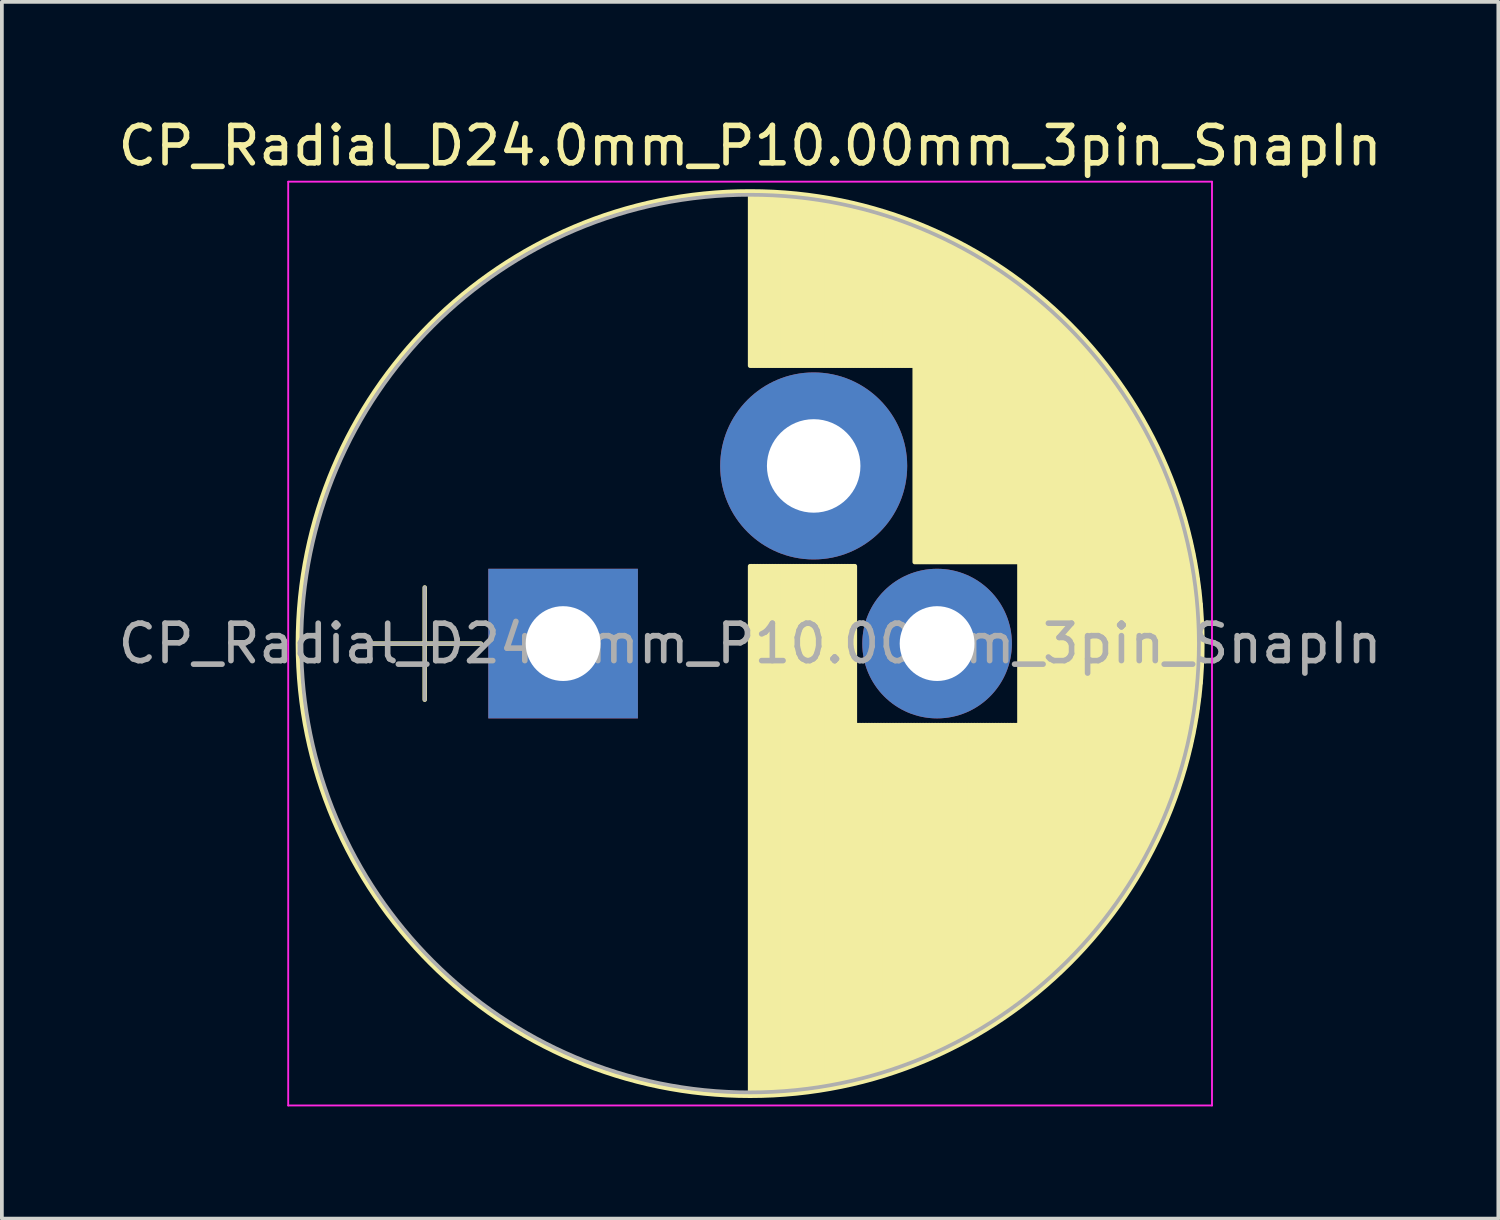
<source format=kicad_pcb>
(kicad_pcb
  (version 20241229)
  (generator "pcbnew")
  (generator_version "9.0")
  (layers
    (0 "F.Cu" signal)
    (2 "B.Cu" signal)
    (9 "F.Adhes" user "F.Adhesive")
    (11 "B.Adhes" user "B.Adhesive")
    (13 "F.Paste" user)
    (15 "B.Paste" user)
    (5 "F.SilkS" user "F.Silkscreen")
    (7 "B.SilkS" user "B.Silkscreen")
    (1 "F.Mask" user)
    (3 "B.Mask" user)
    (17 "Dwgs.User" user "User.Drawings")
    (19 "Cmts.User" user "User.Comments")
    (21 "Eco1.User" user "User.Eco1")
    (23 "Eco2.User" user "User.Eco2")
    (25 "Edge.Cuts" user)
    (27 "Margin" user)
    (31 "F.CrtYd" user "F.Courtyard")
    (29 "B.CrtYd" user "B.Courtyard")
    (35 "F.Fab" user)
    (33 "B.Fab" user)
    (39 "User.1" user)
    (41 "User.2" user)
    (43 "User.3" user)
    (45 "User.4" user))
  (footprint "CP_Radial_D24.0mm_P10.00mm_3pin_SnapIn"
    (layer "F.Cu")
    (at 12.006 14.158)
    (property "Reference" "CP_Radial_D24.0mm_P10.00mm_3pin_SnapIn" (at 5 -13.31 0) (layer "F.SilkS") (effects (font (size 1 1) (thickness 0.15))))
    (attr through_hole)
    (fp_line (start -5.2 0) (end -2.2 0) (stroke (width 0.12) (type solid)) (layer "F.SilkS"))
    (fp_line (start -3.7 -1.5) (end -3.7 1.5) (stroke (width 0.12) (type solid)) (layer "F.SilkS"))
    (fp_line (start 5 -12.05) (end 5 -7.43) (stroke (width 0.12) (type solid)) (layer "F.SilkS"))
    (fp_line (start 5 -2.07) (end 5 12.05) (stroke (width 0.12) (type solid)) (layer "F.SilkS"))
    (fp_line (start 5.04 -12.05) (end 5.04 -7.43) (stroke (width 0.12) (type solid)) (layer "F.SilkS"))
    (fp_line (start 5.04 -2.07) (end 5.04 12.05) (stroke (width 0.12) (type solid)) (layer "F.SilkS"))
    (fp_line (start 5.08 -12.05) (end 5.08 -7.43) (stroke (width 0.12) (type solid)) (layer "F.SilkS"))
    (fp_line (start 5.08 -2.07) (end 5.08 12.05) (stroke (width 0.12) (type solid)) (layer "F.SilkS"))
    (fp_line (start 5.12 -12.05) (end 5.12 -7.43) (stroke (width 0.12) (type solid)) (layer "F.SilkS"))
    (fp_line (start 5.12 -2.07) (end 5.12 12.05) (stroke (width 0.12) (type solid)) (layer "F.SilkS"))
    (fp_line (start 5.16 -12.049) (end 5.16 -7.43) (stroke (width 0.12) (type solid)) (layer "F.SilkS"))
    (fp_line (start 5.16 -2.07) (end 5.16 12.049) (stroke (width 0.12) (type solid)) (layer "F.SilkS"))
    (fp_line (start 5.2 -12.049) (end 5.2 -7.43) (stroke (width 0.12) (type solid)) (layer "F.SilkS"))
    (fp_line (start 5.2 -2.07) (end 5.2 12.049) (stroke (width 0.12) (type solid)) (layer "F.SilkS"))
    (fp_line (start 5.24 -12.048) (end 5.24 -7.43) (stroke (width 0.12) (type solid)) (layer "F.SilkS"))
    (fp_line (start 5.24 -2.07) (end 5.24 12.048) (stroke (width 0.12) (type solid)) (layer "F.SilkS"))
    (fp_line (start 5.28 -12.047) (end 5.28 -7.43) (stroke (width 0.12) (type solid)) (layer "F.SilkS"))
    (fp_line (start 5.28 -2.07) (end 5.28 12.047) (stroke (width 0.12) (type solid)) (layer "F.SilkS"))
    (fp_line (start 5.32 -12.046) (end 5.32 -7.43) (stroke (width 0.12) (type solid)) (layer "F.SilkS"))
    (fp_line (start 5.32 -2.07) (end 5.32 12.046) (stroke (width 0.12) (type solid)) (layer "F.SilkS"))
    (fp_line (start 5.36 -12.045) (end 5.36 -7.43) (stroke (width 0.12) (type solid)) (layer "F.SilkS"))
    (fp_line (start 5.36 -2.07) (end 5.36 12.045) (stroke (width 0.12) (type solid)) (layer "F.SilkS"))
    (fp_line (start 5.4 -12.044) (end 5.4 -7.43) (stroke (width 0.12) (type solid)) (layer "F.SilkS"))
    (fp_line (start 5.4 -2.07) (end 5.4 12.044) (stroke (width 0.12) (type solid)) (layer "F.SilkS"))
    (fp_line (start 5.44 -12.042) (end 5.44 -7.43) (stroke (width 0.12) (type solid)) (layer "F.SilkS"))
    (fp_line (start 5.44 -2.07) (end 5.44 12.042) (stroke (width 0.12) (type solid)) (layer "F.SilkS"))
    (fp_line (start 5.48 -12.041) (end 5.48 -7.43) (stroke (width 0.12) (type solid)) (layer "F.SilkS"))
    (fp_line (start 5.48 -2.07) (end 5.48 12.041) (stroke (width 0.12) (type solid)) (layer "F.SilkS"))
    (fp_line (start 5.52 -12.039) (end 5.52 -7.43) (stroke (width 0.12) (type solid)) (layer "F.SilkS"))
    (fp_line (start 5.52 -2.07) (end 5.52 12.039) (stroke (width 0.12) (type solid)) (layer "F.SilkS"))
    (fp_line (start 5.56 -12.038) (end 5.56 -7.43) (stroke (width 0.12) (type solid)) (layer "F.SilkS"))
    (fp_line (start 5.56 -2.07) (end 5.56 12.038) (stroke (width 0.12) (type solid)) (layer "F.SilkS"))
    (fp_line (start 5.6 -12.036) (end 5.6 -7.43) (stroke (width 0.12) (type solid)) (layer "F.SilkS"))
    (fp_line (start 5.6 -2.07) (end 5.6 12.036) (stroke (width 0.12) (type solid)) (layer "F.SilkS"))
    (fp_line (start 5.64 -12.034) (end 5.64 -7.43) (stroke (width 0.12) (type solid)) (layer "F.SilkS"))
    (fp_line (start 5.64 -2.07) (end 5.64 12.034) (stroke (width 0.12) (type solid)) (layer "F.SilkS"))
    (fp_line (start 5.68 -12.031) (end 5.68 -7.43) (stroke (width 0.12) (type solid)) (layer "F.SilkS"))
    (fp_line (start 5.68 -2.07) (end 5.68 12.031) (stroke (width 0.12) (type solid)) (layer "F.SilkS"))
    (fp_line (start 5.721 -12.029) (end 5.721 -7.43) (stroke (width 0.12) (type solid)) (layer "F.SilkS"))
    (fp_line (start 5.721 -2.07) (end 5.721 12.029) (stroke (width 0.12) (type solid)) (layer "F.SilkS"))
    (fp_line (start 5.761 -12.027) (end 5.761 -7.43) (stroke (width 0.12) (type solid)) (layer "F.SilkS"))
    (fp_line (start 5.761 -2.07) (end 5.761 12.027) (stroke (width 0.12) (type solid)) (layer "F.SilkS"))
    (fp_line (start 5.801 -12.024) (end 5.801 -7.43) (stroke (width 0.12) (type solid)) (layer "F.SilkS"))
    (fp_line (start 5.801 -2.07) (end 5.801 12.024) (stroke (width 0.12) (type solid)) (layer "F.SilkS"))
    (fp_line (start 5.841 -12.021) (end 5.841 -7.43) (stroke (width 0.12) (type solid)) (layer "F.SilkS"))
    (fp_line (start 5.841 -2.07) (end 5.841 12.021) (stroke (width 0.12) (type solid)) (layer "F.SilkS"))
    (fp_line (start 5.881 -12.018) (end 5.881 -7.43) (stroke (width 0.12) (type solid)) (layer "F.SilkS"))
    (fp_line (start 5.881 -2.07) (end 5.881 12.018) (stroke (width 0.12) (type solid)) (layer "F.SilkS"))
    (fp_line (start 5.921 -12.015) (end 5.921 -7.43) (stroke (width 0.12) (type solid)) (layer "F.SilkS"))
    (fp_line (start 5.921 -2.07) (end 5.921 12.015) (stroke (width 0.12) (type solid)) (layer "F.SilkS"))
    (fp_line (start 5.961 -12.012) (end 5.961 -7.43) (stroke (width 0.12) (type solid)) (layer "F.SilkS"))
    (fp_line (start 5.961 -2.07) (end 5.961 12.012) (stroke (width 0.12) (type solid)) (layer "F.SilkS"))
    (fp_line (start 6.001 -12.009) (end 6.001 -7.43) (stroke (width 0.12) (type solid)) (layer "F.SilkS"))
    (fp_line (start 6.001 -2.07) (end 6.001 12.009) (stroke (width 0.12) (type solid)) (layer "F.SilkS"))
    (fp_line (start 6.041 -12.006) (end 6.041 -7.43) (stroke (width 0.12) (type solid)) (layer "F.SilkS"))
    (fp_line (start 6.041 -2.07) (end 6.041 12.006) (stroke (width 0.12) (type solid)) (layer "F.SilkS"))
    (fp_line (start 6.081 -12.002) (end 6.081 -7.43) (stroke (width 0.12) (type solid)) (layer "F.SilkS"))
    (fp_line (start 6.081 -2.07) (end 6.081 12.002) (stroke (width 0.12) (type solid)) (layer "F.SilkS"))
    (fp_line (start 6.121 -11.999) (end 6.121 -7.43) (stroke (width 0.12) (type solid)) (layer "F.SilkS"))
    (fp_line (start 6.121 -2.07) (end 6.121 11.999) (stroke (width 0.12) (type solid)) (layer "F.SilkS"))
    (fp_line (start 6.161 -11.995) (end 6.161 -7.43) (stroke (width 0.12) (type solid)) (layer "F.SilkS"))
    (fp_line (start 6.161 -2.07) (end 6.161 11.995) (stroke (width 0.12) (type solid)) (layer "F.SilkS"))
    (fp_line (start 6.201 -11.991) (end 6.201 -7.43) (stroke (width 0.12) (type solid)) (layer "F.SilkS"))
    (fp_line (start 6.201 -2.07) (end 6.201 11.991) (stroke (width 0.12) (type solid)) (layer "F.SilkS"))
    (fp_line (start 6.241 -11.987) (end 6.241 -7.43) (stroke (width 0.12) (type solid)) (layer "F.SilkS"))
    (fp_line (start 6.241 -2.07) (end 6.241 11.987) (stroke (width 0.12) (type solid)) (layer "F.SilkS"))
    (fp_line (start 6.281 -11.983) (end 6.281 -7.43) (stroke (width 0.12) (type solid)) (layer "F.SilkS"))
    (fp_line (start 6.281 -2.07) (end 6.281 11.983) (stroke (width 0.12) (type solid)) (layer "F.SilkS"))
    (fp_line (start 6.321 -11.978) (end 6.321 -7.43) (stroke (width 0.12) (type solid)) (layer "F.SilkS"))
    (fp_line (start 6.321 -2.07) (end 6.321 11.978) (stroke (width 0.12) (type solid)) (layer "F.SilkS"))
    (fp_line (start 6.361 -11.974) (end 6.361 -7.43) (stroke (width 0.12) (type solid)) (layer "F.SilkS"))
    (fp_line (start 6.361 -2.07) (end 6.361 11.974) (stroke (width 0.12) (type solid)) (layer "F.SilkS"))
    (fp_line (start 6.401 -11.969) (end 6.401 -7.43) (stroke (width 0.12) (type solid)) (layer "F.SilkS"))
    (fp_line (start 6.401 -2.07) (end 6.401 11.969) (stroke (width 0.12) (type solid)) (layer "F.SilkS"))
    (fp_line (start 6.441 -11.964) (end 6.441 -7.43) (stroke (width 0.12) (type solid)) (layer "F.SilkS"))
    (fp_line (start 6.441 -2.07) (end 6.441 11.964) (stroke (width 0.12) (type solid)) (layer "F.SilkS"))
    (fp_line (start 6.481 -11.96) (end 6.481 -7.43) (stroke (width 0.12) (type solid)) (layer "F.SilkS"))
    (fp_line (start 6.481 -2.07) (end 6.481 11.96) (stroke (width 0.12) (type solid)) (layer "F.SilkS"))
    (fp_line (start 6.521 -11.955) (end 6.521 -7.43) (stroke (width 0.12) (type solid)) (layer "F.SilkS"))
    (fp_line (start 6.521 -2.07) (end 6.521 11.955) (stroke (width 0.12) (type solid)) (layer "F.SilkS"))
    (fp_line (start 6.561 -11.949) (end 6.561 -7.43) (stroke (width 0.12) (type solid)) (layer "F.SilkS"))
    (fp_line (start 6.561 -2.07) (end 6.561 11.949) (stroke (width 0.12) (type solid)) (layer "F.SilkS"))
    (fp_line (start 6.601 -11.944) (end 6.601 -7.43) (stroke (width 0.12) (type solid)) (layer "F.SilkS"))
    (fp_line (start 6.601 -2.07) (end 6.601 11.944) (stroke (width 0.12) (type solid)) (layer "F.SilkS"))
    (fp_line (start 6.641 -11.939) (end 6.641 -7.43) (stroke (width 0.12) (type solid)) (layer "F.SilkS"))
    (fp_line (start 6.641 -2.07) (end 6.641 11.939) (stroke (width 0.12) (type solid)) (layer "F.SilkS"))
    (fp_line (start 6.681 -11.933) (end 6.681 -7.43) (stroke (width 0.12) (type solid)) (layer "F.SilkS"))
    (fp_line (start 6.681 -2.07) (end 6.681 11.933) (stroke (width 0.12) (type solid)) (layer "F.SilkS"))
    (fp_line (start 6.721 -11.928) (end 6.721 -7.43) (stroke (width 0.12) (type solid)) (layer "F.SilkS"))
    (fp_line (start 6.721 -2.07) (end 6.721 11.928) (stroke (width 0.12) (type solid)) (layer "F.SilkS"))
    (fp_line (start 6.761 -11.922) (end 6.761 -7.43) (stroke (width 0.12) (type solid)) (layer "F.SilkS"))
    (fp_line (start 6.761 -2.07) (end 6.761 11.922) (stroke (width 0.12) (type solid)) (layer "F.SilkS"))
    (fp_line (start 6.801 -11.916) (end 6.801 -7.43) (stroke (width 0.12) (type solid)) (layer "F.SilkS"))
    (fp_line (start 6.801 -2.07) (end 6.801 11.916) (stroke (width 0.12) (type solid)) (layer "F.SilkS"))
    (fp_line (start 6.841 -11.91) (end 6.841 -7.43) (stroke (width 0.12) (type solid)) (layer "F.SilkS"))
    (fp_line (start 6.841 -2.07) (end 6.841 11.91) (stroke (width 0.12) (type solid)) (layer "F.SilkS"))
    (fp_line (start 6.881 -11.903) (end 6.881 -7.43) (stroke (width 0.12) (type solid)) (layer "F.SilkS"))
    (fp_line (start 6.881 -2.07) (end 6.881 11.903) (stroke (width 0.12) (type solid)) (layer "F.SilkS"))
    (fp_line (start 6.921 -11.897) (end 6.921 -7.43) (stroke (width 0.12) (type solid)) (layer "F.SilkS"))
    (fp_line (start 6.921 -2.07) (end 6.921 11.897) (stroke (width 0.12) (type solid)) (layer "F.SilkS"))
    (fp_line (start 6.961 -11.891) (end 6.961 -7.43) (stroke (width 0.12) (type solid)) (layer "F.SilkS"))
    (fp_line (start 6.961 -2.07) (end 6.961 11.891) (stroke (width 0.12) (type solid)) (layer "F.SilkS"))
    (fp_line (start 7.001 -11.884) (end 7.001 -7.43) (stroke (width 0.12) (type solid)) (layer "F.SilkS"))
    (fp_line (start 7.001 -2.07) (end 7.001 11.884) (stroke (width 0.12) (type solid)) (layer "F.SilkS"))
    (fp_line (start 7.041 -11.877) (end 7.041 -7.43) (stroke (width 0.12) (type solid)) (layer "F.SilkS"))
    (fp_line (start 7.041 -2.07) (end 7.041 11.877) (stroke (width 0.12) (type solid)) (layer "F.SilkS"))
    (fp_line (start 7.081 -11.87) (end 7.081 -7.43) (stroke (width 0.12) (type solid)) (layer "F.SilkS"))
    (fp_line (start 7.081 -2.07) (end 7.081 11.87) (stroke (width 0.12) (type solid)) (layer "F.SilkS"))
    (fp_line (start 7.121 -11.863) (end 7.121 -7.43) (stroke (width 0.12) (type solid)) (layer "F.SilkS"))
    (fp_line (start 7.121 -2.07) (end 7.121 11.863) (stroke (width 0.12) (type solid)) (layer "F.SilkS"))
    (fp_line (start 7.161 -11.856) (end 7.161 -7.43) (stroke (width 0.12) (type solid)) (layer "F.SilkS"))
    (fp_line (start 7.161 -2.07) (end 7.161 11.856) (stroke (width 0.12) (type solid)) (layer "F.SilkS"))
    (fp_line (start 7.201 -11.849) (end 7.201 -7.43) (stroke (width 0.12) (type solid)) (layer "F.SilkS"))
    (fp_line (start 7.201 -2.07) (end 7.201 11.849) (stroke (width 0.12) (type solid)) (layer "F.SilkS"))
    (fp_line (start 7.241 -11.841) (end 7.241 -7.43) (stroke (width 0.12) (type solid)) (layer "F.SilkS"))
    (fp_line (start 7.241 -2.07) (end 7.241 11.841) (stroke (width 0.12) (type solid)) (layer "F.SilkS"))
    (fp_line (start 7.281 -11.834) (end 7.281 -7.43) (stroke (width 0.12) (type solid)) (layer "F.SilkS"))
    (fp_line (start 7.281 -2.07) (end 7.281 11.834) (stroke (width 0.12) (type solid)) (layer "F.SilkS"))
    (fp_line (start 7.321 -11.826) (end 7.321 -7.43) (stroke (width 0.12) (type solid)) (layer "F.SilkS"))
    (fp_line (start 7.321 -2.07) (end 7.321 11.826) (stroke (width 0.12) (type solid)) (layer "F.SilkS"))
    (fp_line (start 7.361 -11.818) (end 7.361 -7.43) (stroke (width 0.12) (type solid)) (layer "F.SilkS"))
    (fp_line (start 7.361 -2.07) (end 7.361 11.818) (stroke (width 0.12) (type solid)) (layer "F.SilkS"))
    (fp_line (start 7.401 -11.81) (end 7.401 -7.43) (stroke (width 0.12) (type solid)) (layer "F.SilkS"))
    (fp_line (start 7.401 -2.07) (end 7.401 11.81) (stroke (width 0.12) (type solid)) (layer "F.SilkS"))
    (fp_line (start 7.441 -11.802) (end 7.441 -7.43) (stroke (width 0.12) (type solid)) (layer "F.SilkS"))
    (fp_line (start 7.441 -2.07) (end 7.441 11.802) (stroke (width 0.12) (type solid)) (layer "F.SilkS"))
    (fp_line (start 7.481 -11.793) (end 7.481 -7.43) (stroke (width 0.12) (type solid)) (layer "F.SilkS"))
    (fp_line (start 7.481 -2.07) (end 7.481 11.793) (stroke (width 0.12) (type solid)) (layer "F.SilkS"))
    (fp_line (start 7.521 -11.785) (end 7.521 -7.43) (stroke (width 0.12) (type solid)) (layer "F.SilkS"))
    (fp_line (start 7.521 -2.07) (end 7.521 11.785) (stroke (width 0.12) (type solid)) (layer "F.SilkS"))
    (fp_line (start 7.561 -11.776) (end 7.561 -7.43) (stroke (width 0.12) (type solid)) (layer "F.SilkS"))
    (fp_line (start 7.561 -2.07) (end 7.561 11.776) (stroke (width 0.12) (type solid)) (layer "F.SilkS"))
    (fp_line (start 7.601 -11.768) (end 7.601 -7.43) (stroke (width 0.12) (type solid)) (layer "F.SilkS"))
    (fp_line (start 7.601 -2.07) (end 7.601 11.768) (stroke (width 0.12) (type solid)) (layer "F.SilkS"))
    (fp_line (start 7.641 -11.759) (end 7.641 -7.43) (stroke (width 0.12) (type solid)) (layer "F.SilkS"))
    (fp_line (start 7.641 -2.07) (end 7.641 11.759) (stroke (width 0.12) (type solid)) (layer "F.SilkS"))
    (fp_line (start 7.681 -11.75) (end 7.681 -7.43) (stroke (width 0.12) (type solid)) (layer "F.SilkS"))
    (fp_line (start 7.681 -2.07) (end 7.681 11.75) (stroke (width 0.12) (type solid)) (layer "F.SilkS"))
    (fp_line (start 7.721 -11.741) (end 7.721 -7.43) (stroke (width 0.12) (type solid)) (layer "F.SilkS"))
    (fp_line (start 7.721 -2.07) (end 7.721 11.741) (stroke (width 0.12) (type solid)) (layer "F.SilkS"))
    (fp_line (start 7.761 -11.731) (end 7.761 -7.43) (stroke (width 0.12) (type solid)) (layer "F.SilkS"))
    (fp_line (start 7.761 -2.07) (end 7.761 11.731) (stroke (width 0.12) (type solid)) (layer "F.SilkS"))
    (fp_line (start 7.801 -11.722) (end 7.801 -7.43) (stroke (width 0.12) (type solid)) (layer "F.SilkS"))
    (fp_line (start 7.801 -2.07) (end 7.801 11.722) (stroke (width 0.12) (type solid)) (layer "F.SilkS"))
    (fp_line (start 7.841 -11.712) (end 7.841 -7.43) (stroke (width 0.12) (type solid)) (layer "F.SilkS"))
    (fp_line (start 7.841 2.18) (end 7.841 11.712) (stroke (width 0.12) (type solid)) (layer "F.SilkS"))
    (fp_line (start 7.881 -11.702) (end 7.881 -7.43) (stroke (width 0.12) (type solid)) (layer "F.SilkS"))
    (fp_line (start 7.881 2.18) (end 7.881 11.702) (stroke (width 0.12) (type solid)) (layer "F.SilkS"))
    (fp_line (start 7.921 -11.693) (end 7.921 -7.43) (stroke (width 0.12) (type solid)) (layer "F.SilkS"))
    (fp_line (start 7.921 2.18) (end 7.921 11.693) (stroke (width 0.12) (type solid)) (layer "F.SilkS"))
    (fp_line (start 7.961 -11.683) (end 7.961 -7.43) (stroke (width 0.12) (type solid)) (layer "F.SilkS"))
    (fp_line (start 7.961 2.18) (end 7.961 11.683) (stroke (width 0.12) (type solid)) (layer "F.SilkS"))
    (fp_line (start 8.001 -11.672) (end 8.001 -7.43) (stroke (width 0.12) (type solid)) (layer "F.SilkS"))
    (fp_line (start 8.001 2.18) (end 8.001 11.672) (stroke (width 0.12) (type solid)) (layer "F.SilkS"))
    (fp_line (start 8.041 -11.662) (end 8.041 -7.43) (stroke (width 0.12) (type solid)) (layer "F.SilkS"))
    (fp_line (start 8.041 2.18) (end 8.041 11.662) (stroke (width 0.12) (type solid)) (layer "F.SilkS"))
    (fp_line (start 8.081 -11.652) (end 8.081 -7.43) (stroke (width 0.12) (type solid)) (layer "F.SilkS"))
    (fp_line (start 8.081 2.18) (end 8.081 11.652) (stroke (width 0.12) (type solid)) (layer "F.SilkS"))
    (fp_line (start 8.121 -11.641) (end 8.121 -7.43) (stroke (width 0.12) (type solid)) (layer "F.SilkS"))
    (fp_line (start 8.121 2.18) (end 8.121 11.641) (stroke (width 0.12) (type solid)) (layer "F.SilkS"))
    (fp_line (start 8.161 -11.63) (end 8.161 -7.43) (stroke (width 0.12) (type solid)) (layer "F.SilkS"))
    (fp_line (start 8.161 2.18) (end 8.161 11.63) (stroke (width 0.12) (type solid)) (layer "F.SilkS"))
    (fp_line (start 8.201 -11.619) (end 8.201 -7.43) (stroke (width 0.12) (type solid)) (layer "F.SilkS"))
    (fp_line (start 8.201 2.18) (end 8.201 11.619) (stroke (width 0.12) (type solid)) (layer "F.SilkS"))
    (fp_line (start 8.241 -11.608) (end 8.241 -7.43) (stroke (width 0.12) (type solid)) (layer "F.SilkS"))
    (fp_line (start 8.241 2.18) (end 8.241 11.608) (stroke (width 0.12) (type solid)) (layer "F.SilkS"))
    (fp_line (start 8.281 -11.597) (end 8.281 -7.43) (stroke (width 0.12) (type solid)) (layer "F.SilkS"))
    (fp_line (start 8.281 2.18) (end 8.281 11.597) (stroke (width 0.12) (type solid)) (layer "F.SilkS"))
    (fp_line (start 8.321 -11.586) (end 8.321 -7.43) (stroke (width 0.12) (type solid)) (layer "F.SilkS"))
    (fp_line (start 8.321 2.18) (end 8.321 11.586) (stroke (width 0.12) (type solid)) (layer "F.SilkS"))
    (fp_line (start 8.361 -11.574) (end 8.361 -7.43) (stroke (width 0.12) (type solid)) (layer "F.SilkS"))
    (fp_line (start 8.361 2.18) (end 8.361 11.574) (stroke (width 0.12) (type solid)) (layer "F.SilkS"))
    (fp_line (start 8.401 -11.563) (end 8.401 -7.43) (stroke (width 0.12) (type solid)) (layer "F.SilkS"))
    (fp_line (start 8.401 2.18) (end 8.401 11.563) (stroke (width 0.12) (type solid)) (layer "F.SilkS"))
    (fp_line (start 8.441 -11.551) (end 8.441 -7.43) (stroke (width 0.12) (type solid)) (layer "F.SilkS"))
    (fp_line (start 8.441 2.18) (end 8.441 11.551) (stroke (width 0.12) (type solid)) (layer "F.SilkS"))
    (fp_line (start 8.481 -11.539) (end 8.481 -7.43) (stroke (width 0.12) (type solid)) (layer "F.SilkS"))
    (fp_line (start 8.481 2.18) (end 8.481 11.539) (stroke (width 0.12) (type solid)) (layer "F.SilkS"))
    (fp_line (start 8.521 -11.527) (end 8.521 -7.43) (stroke (width 0.12) (type solid)) (layer "F.SilkS"))
    (fp_line (start 8.521 2.18) (end 8.521 11.527) (stroke (width 0.12) (type solid)) (layer "F.SilkS"))
    (fp_line (start 8.561 -11.514) (end 8.561 -7.43) (stroke (width 0.12) (type solid)) (layer "F.SilkS"))
    (fp_line (start 8.561 2.18) (end 8.561 11.514) (stroke (width 0.12) (type solid)) (layer "F.SilkS"))
    (fp_line (start 8.601 -11.502) (end 8.601 -7.43) (stroke (width 0.12) (type solid)) (layer "F.SilkS"))
    (fp_line (start 8.601 2.18) (end 8.601 11.502) (stroke (width 0.12) (type solid)) (layer "F.SilkS"))
    (fp_line (start 8.641 -11.49) (end 8.641 -7.43) (stroke (width 0.12) (type solid)) (layer "F.SilkS"))
    (fp_line (start 8.641 2.18) (end 8.641 11.49) (stroke (width 0.12) (type solid)) (layer "F.SilkS"))
    (fp_line (start 8.681 -11.477) (end 8.681 -7.43) (stroke (width 0.12) (type solid)) (layer "F.SilkS"))
    (fp_line (start 8.681 2.18) (end 8.681 11.477) (stroke (width 0.12) (type solid)) (layer "F.SilkS"))
    (fp_line (start 8.721 -11.464) (end 8.721 -7.43) (stroke (width 0.12) (type solid)) (layer "F.SilkS"))
    (fp_line (start 8.721 2.18) (end 8.721 11.464) (stroke (width 0.12) (type solid)) (layer "F.SilkS"))
    (fp_line (start 8.761 -11.451) (end 8.761 -7.43) (stroke (width 0.12) (type solid)) (layer "F.SilkS"))
    (fp_line (start 8.761 2.18) (end 8.761 11.451) (stroke (width 0.12) (type solid)) (layer "F.SilkS"))
    (fp_line (start 8.801 -11.438) (end 8.801 -7.43) (stroke (width 0.12) (type solid)) (layer "F.SilkS"))
    (fp_line (start 8.801 2.18) (end 8.801 11.438) (stroke (width 0.12) (type solid)) (layer "F.SilkS"))
    (fp_line (start 8.841 -11.424) (end 8.841 -7.43) (stroke (width 0.12) (type solid)) (layer "F.SilkS"))
    (fp_line (start 8.841 2.18) (end 8.841 11.424) (stroke (width 0.12) (type solid)) (layer "F.SilkS"))
    (fp_line (start 8.881 -11.411) (end 8.881 -7.43) (stroke (width 0.12) (type solid)) (layer "F.SilkS"))
    (fp_line (start 8.881 2.18) (end 8.881 11.411) (stroke (width 0.12) (type solid)) (layer "F.SilkS"))
    (fp_line (start 8.921 -11.397) (end 8.921 -7.43) (stroke (width 0.12) (type solid)) (layer "F.SilkS"))
    (fp_line (start 8.921 2.18) (end 8.921 11.397) (stroke (width 0.12) (type solid)) (layer "F.SilkS"))
    (fp_line (start 8.961 -11.384) (end 8.961 -7.43) (stroke (width 0.12) (type solid)) (layer "F.SilkS"))
    (fp_line (start 8.961 2.18) (end 8.961 11.384) (stroke (width 0.12) (type solid)) (layer "F.SilkS"))
    (fp_line (start 9.001 -11.37) (end 9.001 -7.43) (stroke (width 0.12) (type solid)) (layer "F.SilkS"))
    (fp_line (start 9.001 2.18) (end 9.001 11.37) (stroke (width 0.12) (type solid)) (layer "F.SilkS"))
    (fp_line (start 9.041 -11.356) (end 9.041 -7.43) (stroke (width 0.12) (type solid)) (layer "F.SilkS"))
    (fp_line (start 9.041 2.18) (end 9.041 11.356) (stroke (width 0.12) (type solid)) (layer "F.SilkS"))
    (fp_line (start 9.081 -11.341) (end 9.081 -7.43) (stroke (width 0.12) (type solid)) (layer "F.SilkS"))
    (fp_line (start 9.081 2.18) (end 9.081 11.341) (stroke (width 0.12) (type solid)) (layer "F.SilkS"))
    (fp_line (start 9.121 -11.327) (end 9.121 -7.43) (stroke (width 0.12) (type solid)) (layer "F.SilkS"))
    (fp_line (start 9.121 2.18) (end 9.121 11.327) (stroke (width 0.12) (type solid)) (layer "F.SilkS"))
    (fp_line (start 9.161 -11.312) (end 9.161 -7.43) (stroke (width 0.12) (type solid)) (layer "F.SilkS"))
    (fp_line (start 9.161 2.18) (end 9.161 11.312) (stroke (width 0.12) (type solid)) (layer "F.SilkS"))
    (fp_line (start 9.201 -11.298) (end 9.201 -7.43) (stroke (width 0.12) (type solid)) (layer "F.SilkS"))
    (fp_line (start 9.201 2.18) (end 9.201 11.298) (stroke (width 0.12) (type solid)) (layer "F.SilkS"))
    (fp_line (start 9.241 -11.283) (end 9.241 -7.43) (stroke (width 0.12) (type solid)) (layer "F.SilkS"))
    (fp_line (start 9.241 2.18) (end 9.241 11.283) (stroke (width 0.12) (type solid)) (layer "F.SilkS"))
    (fp_line (start 9.281 -11.268) (end 9.281 -7.43) (stroke (width 0.12) (type solid)) (layer "F.SilkS"))
    (fp_line (start 9.281 2.18) (end 9.281 11.268) (stroke (width 0.12) (type solid)) (layer "F.SilkS"))
    (fp_line (start 9.321 -11.252) (end 9.321 -7.43) (stroke (width 0.12) (type solid)) (layer "F.SilkS"))
    (fp_line (start 9.321 2.18) (end 9.321 11.252) (stroke (width 0.12) (type solid)) (layer "F.SilkS"))
    (fp_line (start 9.361 -11.237) (end 9.361 -7.43) (stroke (width 0.12) (type solid)) (layer "F.SilkS"))
    (fp_line (start 9.361 2.18) (end 9.361 11.237) (stroke (width 0.12) (type solid)) (layer "F.SilkS"))
    (fp_line (start 9.401 -11.221) (end 9.401 -2.18) (stroke (width 0.12) (type solid)) (layer "F.SilkS"))
    (fp_line (start 9.401 2.18) (end 9.401 11.221) (stroke (width 0.12) (type solid)) (layer "F.SilkS"))
    (fp_line (start 9.441 -11.206) (end 9.441 -2.18) (stroke (width 0.12) (type solid)) (layer "F.SilkS"))
    (fp_line (start 9.441 2.18) (end 9.441 11.206) (stroke (width 0.12) (type solid)) (layer "F.SilkS"))
    (fp_line (start 9.481 -11.19) (end 9.481 -2.18) (stroke (width 0.12) (type solid)) (layer "F.SilkS"))
    (fp_line (start 9.481 2.18) (end 9.481 11.19) (stroke (width 0.12) (type solid)) (layer "F.SilkS"))
    (fp_line (start 9.521 -11.174) (end 9.521 -2.18) (stroke (width 0.12) (type solid)) (layer "F.SilkS"))
    (fp_line (start 9.521 2.18) (end 9.521 11.174) (stroke (width 0.12) (type solid)) (layer "F.SilkS"))
    (fp_line (start 9.561 -11.158) (end 9.561 -2.18) (stroke (width 0.12) (type solid)) (layer "F.SilkS"))
    (fp_line (start 9.561 2.18) (end 9.561 11.158) (stroke (width 0.12) (type solid)) (layer "F.SilkS"))
    (fp_line (start 9.601 -11.141) (end 9.601 -2.18) (stroke (width 0.12) (type solid)) (layer "F.SilkS"))
    (fp_line (start 9.601 2.18) (end 9.601 11.141) (stroke (width 0.12) (type solid)) (layer "F.SilkS"))
    (fp_line (start 9.641 -11.125) (end 9.641 -2.18) (stroke (width 0.12) (type solid)) (layer "F.SilkS"))
    (fp_line (start 9.641 2.18) (end 9.641 11.125) (stroke (width 0.12) (type solid)) (layer "F.SilkS"))
    (fp_line (start 9.681 -11.108) (end 9.681 -2.18) (stroke (width 0.12) (type solid)) (layer "F.SilkS"))
    (fp_line (start 9.681 2.18) (end 9.681 11.108) (stroke (width 0.12) (type solid)) (layer "F.SilkS"))
    (fp_line (start 9.721 -11.091) (end 9.721 -2.18) (stroke (width 0.12) (type solid)) (layer "F.SilkS"))
    (fp_line (start 9.721 2.18) (end 9.721 11.091) (stroke (width 0.12) (type solid)) (layer "F.SilkS"))
    (fp_line (start 9.761 -11.074) (end 9.761 -2.18) (stroke (width 0.12) (type solid)) (layer "F.SilkS"))
    (fp_line (start 9.761 2.18) (end 9.761 11.074) (stroke (width 0.12) (type solid)) (layer "F.SilkS"))
    (fp_line (start 9.801 -11.057) (end 9.801 -2.18) (stroke (width 0.12) (type solid)) (layer "F.SilkS"))
    (fp_line (start 9.801 2.18) (end 9.801 11.057) (stroke (width 0.12) (type solid)) (layer "F.SilkS"))
    (fp_line (start 9.841 -11.039) (end 9.841 -2.18) (stroke (width 0.12) (type solid)) (layer "F.SilkS"))
    (fp_line (start 9.841 2.18) (end 9.841 11.039) (stroke (width 0.12) (type solid)) (layer "F.SilkS"))
    (fp_line (start 9.881 -11.022) (end 9.881 -2.18) (stroke (width 0.12) (type solid)) (layer "F.SilkS"))
    (fp_line (start 9.881 2.18) (end 9.881 11.022) (stroke (width 0.12) (type solid)) (layer "F.SilkS"))
    (fp_line (start 9.921 -11.004) (end 9.921 -2.18) (stroke (width 0.12) (type solid)) (layer "F.SilkS"))
    (fp_line (start 9.921 2.18) (end 9.921 11.004) (stroke (width 0.12) (type solid)) (layer "F.SilkS"))
    (fp_line (start 9.961 -10.986) (end 9.961 -2.18) (stroke (width 0.12) (type solid)) (layer "F.SilkS"))
    (fp_line (start 9.961 2.18) (end 9.961 10.986) (stroke (width 0.12) (type solid)) (layer "F.SilkS"))
    (fp_line (start 10.001 -10.968) (end 10.001 -2.18) (stroke (width 0.12) (type solid)) (layer "F.SilkS"))
    (fp_line (start 10.001 2.18) (end 10.001 10.968) (stroke (width 0.12) (type solid)) (layer "F.SilkS"))
    (fp_line (start 10.041 -10.95) (end 10.041 -2.18) (stroke (width 0.12) (type solid)) (layer "F.SilkS"))
    (fp_line (start 10.041 2.18) (end 10.041 10.95) (stroke (width 0.12) (type solid)) (layer "F.SilkS"))
    (fp_line (start 10.081 -10.931) (end 10.081 -2.18) (stroke (width 0.12) (type solid)) (layer "F.SilkS"))
    (fp_line (start 10.081 2.18) (end 10.081 10.931) (stroke (width 0.12) (type solid)) (layer "F.SilkS"))
    (fp_line (start 10.121 -10.913) (end 10.121 -2.18) (stroke (width 0.12) (type solid)) (layer "F.SilkS"))
    (fp_line (start 10.121 2.18) (end 10.121 10.913) (stroke (width 0.12) (type solid)) (layer "F.SilkS"))
    (fp_line (start 10.161 -10.894) (end 10.161 -2.18) (stroke (width 0.12) (type solid)) (layer "F.SilkS"))
    (fp_line (start 10.161 2.18) (end 10.161 10.894) (stroke (width 0.12) (type solid)) (layer "F.SilkS"))
    (fp_line (start 10.201 -10.875) (end 10.201 -2.18) (stroke (width 0.12) (type solid)) (layer "F.SilkS"))
    (fp_line (start 10.201 2.18) (end 10.201 10.875) (stroke (width 0.12) (type solid)) (layer "F.SilkS"))
    (fp_line (start 10.241 -10.856) (end 10.241 -2.18) (stroke (width 0.12) (type solid)) (layer "F.SilkS"))
    (fp_line (start 10.241 2.18) (end 10.241 10.856) (stroke (width 0.12) (type solid)) (layer "F.SilkS"))
    (fp_line (start 10.281 -10.837) (end 10.281 -2.18) (stroke (width 0.12) (type solid)) (layer "F.SilkS"))
    (fp_line (start 10.281 2.18) (end 10.281 10.837) (stroke (width 0.12) (type solid)) (layer "F.SilkS"))
    (fp_line (start 10.321 -10.817) (end 10.321 -2.18) (stroke (width 0.12) (type solid)) (layer "F.SilkS"))
    (fp_line (start 10.321 2.18) (end 10.321 10.817) (stroke (width 0.12) (type solid)) (layer "F.SilkS"))
    (fp_line (start 10.361 -10.797) (end 10.361 -2.18) (stroke (width 0.12) (type solid)) (layer "F.SilkS"))
    (fp_line (start 10.361 2.18) (end 10.361 10.797) (stroke (width 0.12) (type solid)) (layer "F.SilkS"))
    (fp_line (start 10.401 -10.778) (end 10.401 -2.18) (stroke (width 0.12) (type solid)) (layer "F.SilkS"))
    (fp_line (start 10.401 2.18) (end 10.401 10.778) (stroke (width 0.12) (type solid)) (layer "F.SilkS"))
    (fp_line (start 10.441 -10.757) (end 10.441 -2.18) (stroke (width 0.12) (type solid)) (layer "F.SilkS"))
    (fp_line (start 10.441 2.18) (end 10.441 10.757) (stroke (width 0.12) (type solid)) (layer "F.SilkS"))
    (fp_line (start 10.481 -10.737) (end 10.481 -2.18) (stroke (width 0.12) (type solid)) (layer "F.SilkS"))
    (fp_line (start 10.481 2.18) (end 10.481 10.737) (stroke (width 0.12) (type solid)) (layer "F.SilkS"))
    (fp_line (start 10.521 -10.717) (end 10.521 -2.18) (stroke (width 0.12) (type solid)) (layer "F.SilkS"))
    (fp_line (start 10.521 2.18) (end 10.521 10.717) (stroke (width 0.12) (type solid)) (layer "F.SilkS"))
    (fp_line (start 10.561 -10.696) (end 10.561 -2.18) (stroke (width 0.12) (type solid)) (layer "F.SilkS"))
    (fp_line (start 10.561 2.18) (end 10.561 10.696) (stroke (width 0.12) (type solid)) (layer "F.SilkS"))
    (fp_line (start 10.601 -10.675) (end 10.601 -2.18) (stroke (width 0.12) (type solid)) (layer "F.SilkS"))
    (fp_line (start 10.601 2.18) (end 10.601 10.675) (stroke (width 0.12) (type solid)) (layer "F.SilkS"))
    (fp_line (start 10.641 -10.654) (end 10.641 -2.18) (stroke (width 0.12) (type solid)) (layer "F.SilkS"))
    (fp_line (start 10.641 2.18) (end 10.641 10.654) (stroke (width 0.12) (type solid)) (layer "F.SilkS"))
    (fp_line (start 10.681 -10.633) (end 10.681 -2.18) (stroke (width 0.12) (type solid)) (layer "F.SilkS"))
    (fp_line (start 10.681 2.18) (end 10.681 10.633) (stroke (width 0.12) (type solid)) (layer "F.SilkS"))
    (fp_line (start 10.721 -10.612) (end 10.721 -2.18) (stroke (width 0.12) (type solid)) (layer "F.SilkS"))
    (fp_line (start 10.721 2.18) (end 10.721 10.612) (stroke (width 0.12) (type solid)) (layer "F.SilkS"))
    (fp_line (start 10.761 -10.59) (end 10.761 -2.18) (stroke (width 0.12) (type solid)) (layer "F.SilkS"))
    (fp_line (start 10.761 2.18) (end 10.761 10.59) (stroke (width 0.12) (type solid)) (layer "F.SilkS"))
    (fp_line (start 10.801 -10.568) (end 10.801 -2.18) (stroke (width 0.12) (type solid)) (layer "F.SilkS"))
    (fp_line (start 10.801 2.18) (end 10.801 10.568) (stroke (width 0.12) (type solid)) (layer "F.SilkS"))
    (fp_line (start 10.841 -10.546) (end 10.841 -2.18) (stroke (width 0.12) (type solid)) (layer "F.SilkS"))
    (fp_line (start 10.841 2.18) (end 10.841 10.546) (stroke (width 0.12) (type solid)) (layer "F.SilkS"))
    (fp_line (start 10.881 -10.524) (end 10.881 -2.18) (stroke (width 0.12) (type solid)) (layer "F.SilkS"))
    (fp_line (start 10.881 2.18) (end 10.881 10.524) (stroke (width 0.12) (type solid)) (layer "F.SilkS"))
    (fp_line (start 10.921 -10.502) (end 10.921 -2.18) (stroke (width 0.12) (type solid)) (layer "F.SilkS"))
    (fp_line (start 10.921 2.18) (end 10.921 10.502) (stroke (width 0.12) (type solid)) (layer "F.SilkS"))
    (fp_line (start 10.961 -10.479) (end 10.961 -2.18) (stroke (width 0.12) (type solid)) (layer "F.SilkS"))
    (fp_line (start 10.961 2.18) (end 10.961 10.479) (stroke (width 0.12) (type solid)) (layer "F.SilkS"))
    (fp_line (start 11.001 -10.457) (end 11.001 -2.18) (stroke (width 0.12) (type solid)) (layer "F.SilkS"))
    (fp_line (start 11.001 2.18) (end 11.001 10.457) (stroke (width 0.12) (type solid)) (layer "F.SilkS"))
    (fp_line (start 11.041 -10.434) (end 11.041 -2.18) (stroke (width 0.12) (type solid)) (layer "F.SilkS"))
    (fp_line (start 11.041 2.18) (end 11.041 10.434) (stroke (width 0.12) (type solid)) (layer "F.SilkS"))
    (fp_line (start 11.081 -10.41) (end 11.081 -2.18) (stroke (width 0.12) (type solid)) (layer "F.SilkS"))
    (fp_line (start 11.081 2.18) (end 11.081 10.41) (stroke (width 0.12) (type solid)) (layer "F.SilkS"))
    (fp_line (start 11.121 -10.387) (end 11.121 -2.18) (stroke (width 0.12) (type solid)) (layer "F.SilkS"))
    (fp_line (start 11.121 2.18) (end 11.121 10.387) (stroke (width 0.12) (type solid)) (layer "F.SilkS"))
    (fp_line (start 11.161 -10.364) (end 11.161 -2.18) (stroke (width 0.12) (type solid)) (layer "F.SilkS"))
    (fp_line (start 11.161 2.18) (end 11.161 10.364) (stroke (width 0.12) (type solid)) (layer "F.SilkS"))
    (fp_line (start 11.201 -10.34) (end 11.201 -2.18) (stroke (width 0.12) (type solid)) (layer "F.SilkS"))
    (fp_line (start 11.201 2.18) (end 11.201 10.34) (stroke (width 0.12) (type solid)) (layer "F.SilkS"))
    (fp_line (start 11.241 -10.316) (end 11.241 -2.18) (stroke (width 0.12) (type solid)) (layer "F.SilkS"))
    (fp_line (start 11.241 2.18) (end 11.241 10.316) (stroke (width 0.12) (type solid)) (layer "F.SilkS"))
    (fp_line (start 11.281 -10.292) (end 11.281 -2.18) (stroke (width 0.12) (type solid)) (layer "F.SilkS"))
    (fp_line (start 11.281 2.18) (end 11.281 10.292) (stroke (width 0.12) (type solid)) (layer "F.SilkS"))
    (fp_line (start 11.321 -10.267) (end 11.321 -2.18) (stroke (width 0.12) (type solid)) (layer "F.SilkS"))
    (fp_line (start 11.321 2.18) (end 11.321 10.267) (stroke (width 0.12) (type solid)) (layer "F.SilkS"))
    (fp_line (start 11.361 -10.242) (end 11.361 -2.18) (stroke (width 0.12) (type solid)) (layer "F.SilkS"))
    (fp_line (start 11.361 2.18) (end 11.361 10.242) (stroke (width 0.12) (type solid)) (layer "F.SilkS"))
    (fp_line (start 11.401 -10.218) (end 11.401 -2.18) (stroke (width 0.12) (type solid)) (layer "F.SilkS"))
    (fp_line (start 11.401 2.18) (end 11.401 10.218) (stroke (width 0.12) (type solid)) (layer "F.SilkS"))
    (fp_line (start 11.441 -10.193) (end 11.441 -2.18) (stroke (width 0.12) (type solid)) (layer "F.SilkS"))
    (fp_line (start 11.441 2.18) (end 11.441 10.193) (stroke (width 0.12) (type solid)) (layer "F.SilkS"))
    (fp_line (start 11.481 -10.167) (end 11.481 -2.18) (stroke (width 0.12) (type solid)) (layer "F.SilkS"))
    (fp_line (start 11.481 2.18) (end 11.481 10.167) (stroke (width 0.12) (type solid)) (layer "F.SilkS"))
    (fp_line (start 11.521 -10.142) (end 11.521 -2.18) (stroke (width 0.12) (type solid)) (layer "F.SilkS"))
    (fp_line (start 11.521 2.18) (end 11.521 10.142) (stroke (width 0.12) (type solid)) (layer "F.SilkS"))
    (fp_line (start 11.561 -10.116) (end 11.561 -2.18) (stroke (width 0.12) (type solid)) (layer "F.SilkS"))
    (fp_line (start 11.561 2.18) (end 11.561 10.116) (stroke (width 0.12) (type solid)) (layer "F.SilkS"))
    (fp_line (start 11.601 -10.09) (end 11.601 -2.18) (stroke (width 0.12) (type solid)) (layer "F.SilkS"))
    (fp_line (start 11.601 2.18) (end 11.601 10.09) (stroke (width 0.12) (type solid)) (layer "F.SilkS"))
    (fp_line (start 11.641 -10.064) (end 11.641 -2.18) (stroke (width 0.12) (type solid)) (layer "F.SilkS"))
    (fp_line (start 11.641 2.18) (end 11.641 10.064) (stroke (width 0.12) (type solid)) (layer "F.SilkS"))
    (fp_line (start 11.681 -10.037) (end 11.681 -2.18) (stroke (width 0.12) (type solid)) (layer "F.SilkS"))
    (fp_line (start 11.681 2.18) (end 11.681 10.037) (stroke (width 0.12) (type solid)) (layer "F.SilkS"))
    (fp_line (start 11.721 -10.011) (end 11.721 -2.18) (stroke (width 0.12) (type solid)) (layer "F.SilkS"))
    (fp_line (start 11.721 2.18) (end 11.721 10.011) (stroke (width 0.12) (type solid)) (layer "F.SilkS"))
    (fp_line (start 11.761 -9.984) (end 11.761 -2.18) (stroke (width 0.12) (type solid)) (layer "F.SilkS"))
    (fp_line (start 11.761 2.18) (end 11.761 9.984) (stroke (width 0.12) (type solid)) (layer "F.SilkS"))
    (fp_line (start 11.801 -9.957) (end 11.801 -2.18) (stroke (width 0.12) (type solid)) (layer "F.SilkS"))
    (fp_line (start 11.801 2.18) (end 11.801 9.957) (stroke (width 0.12) (type solid)) (layer "F.SilkS"))
    (fp_line (start 11.841 -9.93) (end 11.841 -2.18) (stroke (width 0.12) (type solid)) (layer "F.SilkS"))
    (fp_line (start 11.841 2.18) (end 11.841 9.93) (stroke (width 0.12) (type solid)) (layer "F.SilkS"))
    (fp_line (start 11.881 -9.902) (end 11.881 -2.18) (stroke (width 0.12) (type solid)) (layer "F.SilkS"))
    (fp_line (start 11.881 2.18) (end 11.881 9.902) (stroke (width 0.12) (type solid)) (layer "F.SilkS"))
    (fp_line (start 11.921 -9.874) (end 11.921 -2.18) (stroke (width 0.12) (type solid)) (layer "F.SilkS"))
    (fp_line (start 11.921 2.18) (end 11.921 9.874) (stroke (width 0.12) (type solid)) (layer "F.SilkS"))
    (fp_line (start 11.961 -9.846) (end 11.961 -2.18) (stroke (width 0.12) (type solid)) (layer "F.SilkS"))
    (fp_line (start 11.961 2.18) (end 11.961 9.846) (stroke (width 0.12) (type solid)) (layer "F.SilkS"))
    (fp_line (start 12.001 -9.818) (end 12.001 -2.18) (stroke (width 0.12) (type solid)) (layer "F.SilkS"))
    (fp_line (start 12.001 2.18) (end 12.001 9.818) (stroke (width 0.12) (type solid)) (layer "F.SilkS"))
    (fp_line (start 12.041 -9.789) (end 12.041 -2.18) (stroke (width 0.12) (type solid)) (layer "F.SilkS"))
    (fp_line (start 12.041 2.18) (end 12.041 9.789) (stroke (width 0.12) (type solid)) (layer "F.SilkS"))
    (fp_line (start 12.081 -9.761) (end 12.081 -2.18) (stroke (width 0.12) (type solid)) (layer "F.SilkS"))
    (fp_line (start 12.081 2.18) (end 12.081 9.761) (stroke (width 0.12) (type solid)) (layer "F.SilkS"))
    (fp_line (start 12.121 -9.732) (end 12.121 -2.18) (stroke (width 0.12) (type solid)) (layer "F.SilkS"))
    (fp_line (start 12.121 2.18) (end 12.121 9.732) (stroke (width 0.12) (type solid)) (layer "F.SilkS"))
    (fp_line (start 12.161 -9.702) (end 12.161 -2.18) (stroke (width 0.12) (type solid)) (layer "F.SilkS"))
    (fp_line (start 12.161 2.18) (end 12.161 9.702) (stroke (width 0.12) (type solid)) (layer "F.SilkS"))
    (fp_line (start 12.201 -9.673) (end 12.201 9.673) (stroke (width 0.12) (type solid)) (layer "F.SilkS"))
    (fp_line (start 12.241 -9.643) (end 12.241 9.643) (stroke (width 0.12) (type solid)) (layer "F.SilkS"))
    (fp_line (start 12.281 -9.613) (end 12.281 9.613) (stroke (width 0.12) (type solid)) (layer "F.SilkS"))
    (fp_line (start 12.321 -9.583) (end 12.321 9.583) (stroke (width 0.12) (type solid)) (layer "F.SilkS"))
    (fp_line (start 12.361 -9.552) (end 12.361 9.552) (stroke (width 0.12) (type solid)) (layer "F.SilkS"))
    (fp_line (start 12.401 -9.521) (end 12.401 9.521) (stroke (width 0.12) (type solid)) (layer "F.SilkS"))
    (fp_line (start 12.441 -9.49) (end 12.441 9.49) (stroke (width 0.12) (type solid)) (layer "F.SilkS"))
    (fp_line (start 12.481 -9.459) (end 12.481 9.459) (stroke (width 0.12) (type solid)) (layer "F.SilkS"))
    (fp_line (start 12.521 -9.427) (end 12.521 9.427) (stroke (width 0.12) (type solid)) (layer "F.SilkS"))
    (fp_line (start 12.561 -9.395) (end 12.561 9.395) (stroke (width 0.12) (type solid)) (layer "F.SilkS"))
    (fp_line (start 12.601 -9.363) (end 12.601 9.363) (stroke (width 0.12) (type solid)) (layer "F.SilkS"))
    (fp_line (start 12.641 -9.331) (end 12.641 9.331) (stroke (width 0.12) (type solid)) (layer "F.SilkS"))
    (fp_line (start 12.681 -9.298) (end 12.681 9.298) (stroke (width 0.12) (type solid)) (layer "F.SilkS"))
    (fp_line (start 12.721 -9.265) (end 12.721 9.265) (stroke (width 0.12) (type solid)) (layer "F.SilkS"))
    (fp_line (start 12.761 -9.231) (end 12.761 9.231) (stroke (width 0.12) (type solid)) (layer "F.SilkS"))
    (fp_line (start 12.801 -9.198) (end 12.801 9.198) (stroke (width 0.12) (type solid)) (layer "F.SilkS"))
    (fp_line (start 12.841 -9.164) (end 12.841 9.164) (stroke (width 0.12) (type solid)) (layer "F.SilkS"))
    (fp_line (start 12.881 -9.13) (end 12.881 9.13) (stroke (width 0.12) (type solid)) (layer "F.SilkS"))
    (fp_line (start 12.921 -9.095) (end 12.921 9.095) (stroke (width 0.12) (type solid)) (layer "F.SilkS"))
    (fp_line (start 12.961 -9.06) (end 12.961 9.06) (stroke (width 0.12) (type solid)) (layer "F.SilkS"))
    (fp_line (start 13.001 -9.025) (end 13.001 9.025) (stroke (width 0.12) (type solid)) (layer "F.SilkS"))
    (fp_line (start 13.041 -8.99) (end 13.041 8.99) (stroke (width 0.12) (type solid)) (layer "F.SilkS"))
    (fp_line (start 13.081 -8.954) (end 13.081 8.954) (stroke (width 0.12) (type solid)) (layer "F.SilkS"))
    (fp_line (start 13.121 -8.918) (end 13.121 8.918) (stroke (width 0.12) (type solid)) (layer "F.SilkS"))
    (fp_line (start 13.161 -8.881) (end 13.161 8.881) (stroke (width 0.12) (type solid)) (layer "F.SilkS"))
    (fp_line (start 13.2 -8.845) (end 13.2 8.845) (stroke (width 0.12) (type solid)) (layer "F.SilkS"))
    (fp_line (start 13.24 -8.808) (end 13.24 8.808) (stroke (width 0.12) (type solid)) (layer "F.SilkS"))
    (fp_line (start 13.28 -8.77) (end 13.28 8.77) (stroke (width 0.12) (type solid)) (layer "F.SilkS"))
    (fp_line (start 13.32 -8.732) (end 13.32 8.732) (stroke (width 0.12) (type solid)) (layer "F.SilkS"))
    (fp_line (start 13.36 -8.694) (end 13.36 8.694) (stroke (width 0.12) (type solid)) (layer "F.SilkS"))
    (fp_line (start 13.4 -8.656) (end 13.4 8.656) (stroke (width 0.12) (type solid)) (layer "F.SilkS"))
    (fp_line (start 13.44 -8.617) (end 13.44 8.617) (stroke (width 0.12) (type solid)) (layer "F.SilkS"))
    (fp_line (start 13.48 -8.578) (end 13.48 8.578) (stroke (width 0.12) (type solid)) (layer "F.SilkS"))
    (fp_line (start 13.52 -8.538) (end 13.52 8.538) (stroke (width 0.12) (type solid)) (layer "F.SilkS"))
    (fp_line (start 13.56 -8.498) (end 13.56 8.498) (stroke (width 0.12) (type solid)) (layer "F.SilkS"))
    (fp_line (start 13.6 -8.458) (end 13.6 8.458) (stroke (width 0.12) (type solid)) (layer "F.SilkS"))
    (fp_line (start 13.64 -8.417) (end 13.64 8.417) (stroke (width 0.12) (type solid)) (layer "F.SilkS"))
    (fp_line (start 13.68 -8.376) (end 13.68 8.376) (stroke (width 0.12) (type solid)) (layer "F.SilkS"))
    (fp_line (start 13.72 -8.335) (end 13.72 8.335) (stroke (width 0.12) (type solid)) (layer "F.SilkS"))
    (fp_line (start 13.76 -8.293) (end 13.76 8.293) (stroke (width 0.12) (type solid)) (layer "F.SilkS"))
    (fp_line (start 13.8 -8.251) (end 13.8 8.251) (stroke (width 0.12) (type solid)) (layer "F.SilkS"))
    (fp_line (start 13.84 -8.208) (end 13.84 8.208) (stroke (width 0.12) (type solid)) (layer "F.SilkS"))
    (fp_line (start 13.88 -8.165) (end 13.88 8.165) (stroke (width 0.12) (type solid)) (layer "F.SilkS"))
    (fp_line (start 13.92 -8.121) (end 13.92 8.121) (stroke (width 0.12) (type solid)) (layer "F.SilkS"))
    (fp_line (start 13.96 -8.078) (end 13.96 8.078) (stroke (width 0.12) (type solid)) (layer "F.SilkS"))
    (fp_line (start 14 -8.033) (end 14 8.033) (stroke (width 0.12) (type solid)) (layer "F.SilkS"))
    (fp_line (start 14.04 -7.988) (end 14.04 7.988) (stroke (width 0.12) (type solid)) (layer "F.SilkS"))
    (fp_line (start 14.08 -7.943) (end 14.08 7.943) (stroke (width 0.12) (type solid)) (layer "F.SilkS"))
    (fp_line (start 14.12 -7.897) (end 14.12 7.897) (stroke (width 0.12) (type solid)) (layer "F.SilkS"))
    (fp_line (start 14.16 -7.851) (end 14.16 7.851) (stroke (width 0.12) (type solid)) (layer "F.SilkS"))
    (fp_line (start 14.2 -7.804) (end 14.2 7.804) (stroke (width 0.12) (type solid)) (layer "F.SilkS"))
    (fp_line (start 14.24 -7.757) (end 14.24 7.757) (stroke (width 0.12) (type solid)) (layer "F.SilkS"))
    (fp_line (start 14.28 -7.71) (end 14.28 7.71) (stroke (width 0.12) (type solid)) (layer "F.SilkS"))
    (fp_line (start 14.32 -7.662) (end 14.32 7.662) (stroke (width 0.12) (type solid)) (layer "F.SilkS"))
    (fp_line (start 14.36 -7.613) (end 14.36 7.613) (stroke (width 0.12) (type solid)) (layer "F.SilkS"))
    (fp_line (start 14.4 -7.564) (end 14.4 7.564) (stroke (width 0.12) (type solid)) (layer "F.SilkS"))
    (fp_line (start 14.44 -7.514) (end 14.44 7.514) (stroke (width 0.12) (type solid)) (layer "F.SilkS"))
    (fp_line (start 14.48 -7.464) (end 14.48 7.464) (stroke (width 0.12) (type solid)) (layer "F.SilkS"))
    (fp_line (start 14.52 -7.413) (end 14.52 7.413) (stroke (width 0.12) (type solid)) (layer "F.SilkS"))
    (fp_line (start 14.56 -7.361) (end 14.56 7.361) (stroke (width 0.12) (type solid)) (layer "F.SilkS"))
    (fp_line (start 14.6 -7.31) (end 14.6 7.31) (stroke (width 0.12) (type solid)) (layer "F.SilkS"))
    (fp_line (start 14.64 -7.257) (end 14.64 7.257) (stroke (width 0.12) (type solid)) (layer "F.SilkS"))
    (fp_line (start 14.68 -7.204) (end 14.68 7.204) (stroke (width 0.12) (type solid)) (layer "F.SilkS"))
    (fp_line (start 14.72 -7.15) (end 14.72 7.15) (stroke (width 0.12) (type solid)) (layer "F.SilkS"))
    (fp_line (start 14.76 -7.096) (end 14.76 7.096) (stroke (width 0.12) (type solid)) (layer "F.SilkS"))
    (fp_line (start 14.8 -7.041) (end 14.8 7.041) (stroke (width 0.12) (type solid)) (layer "F.SilkS"))
    (fp_line (start 14.84 -6.985) (end 14.84 6.985) (stroke (width 0.12) (type solid)) (layer "F.SilkS"))
    (fp_line (start 14.88 -6.929) (end 14.88 6.929) (stroke (width 0.12) (type solid)) (layer "F.SilkS"))
    (fp_line (start 14.92 -6.871) (end 14.92 6.871) (stroke (width 0.12) (type solid)) (layer "F.SilkS"))
    (fp_line (start 14.96 -6.814) (end 14.96 6.814) (stroke (width 0.12) (type solid)) (layer "F.SilkS"))
    (fp_line (start 15 -6.755) (end 15 6.755) (stroke (width 0.12) (type solid)) (layer "F.SilkS"))
    (fp_line (start 15.04 -6.696) (end 15.04 6.696) (stroke (width 0.12) (type solid)) (layer "F.SilkS"))
    (fp_line (start 15.08 -6.636) (end 15.08 6.636) (stroke (width 0.12) (type solid)) (layer "F.SilkS"))
    (fp_line (start 15.12 -6.575) (end 15.12 6.575) (stroke (width 0.12) (type solid)) (layer "F.SilkS"))
    (fp_line (start 15.16 -6.514) (end 15.16 6.514) (stroke (width 0.12) (type solid)) (layer "F.SilkS"))
    (fp_line (start 15.2 -6.451) (end 15.2 6.451) (stroke (width 0.12) (type solid)) (layer "F.SilkS"))
    (fp_line (start 15.24 -6.388) (end 15.24 6.388) (stroke (width 0.12) (type solid)) (layer "F.SilkS"))
    (fp_line (start 15.28 -6.324) (end 15.28 6.324) (stroke (width 0.12) (type solid)) (layer "F.SilkS"))
    (fp_line (start 15.32 -6.259) (end 15.32 6.259) (stroke (width 0.12) (type solid)) (layer "F.SilkS"))
    (fp_line (start 15.36 -6.193) (end 15.36 6.193) (stroke (width 0.12) (type solid)) (layer "F.SilkS"))
    (fp_line (start 15.4 -6.126) (end 15.4 6.126) (stroke (width 0.12) (type solid)) (layer "F.SilkS"))
    (fp_line (start 15.44 -6.058) (end 15.44 6.058) (stroke (width 0.12) (type solid)) (layer "F.SilkS"))
    (fp_line (start 15.48 -5.989) (end 15.48 5.989) (stroke (width 0.12) (type solid)) (layer "F.SilkS"))
    (fp_line (start 15.52 -5.918) (end 15.52 5.918) (stroke (width 0.12) (type solid)) (layer "F.SilkS"))
    (fp_line (start 15.56 -5.847) (end 15.56 5.847) (stroke (width 0.12) (type solid)) (layer "F.SilkS"))
    (fp_line (start 15.6 -5.775) (end 15.6 5.775) (stroke (width 0.12) (type solid)) (layer "F.SilkS"))
    (fp_line (start 15.64 -5.701) (end 15.64 5.701) (stroke (width 0.12) (type solid)) (layer "F.SilkS"))
    (fp_line (start 15.68 -5.627) (end 15.68 5.627) (stroke (width 0.12) (type solid)) (layer "F.SilkS"))
    (fp_line (start 15.72 -5.551) (end 15.72 5.551) (stroke (width 0.12) (type solid)) (layer "F.SilkS"))
    (fp_line (start 15.76 -5.473) (end 15.76 5.473) (stroke (width 0.12) (type solid)) (layer "F.SilkS"))
    (fp_line (start 15.8 -5.394) (end 15.8 5.394) (stroke (width 0.12) (type solid)) (layer "F.SilkS"))
    (fp_line (start 15.84 -5.314) (end 15.84 5.314) (stroke (width 0.12) (type solid)) (layer "F.SilkS"))
    (fp_line (start 15.88 -5.232) (end 15.88 5.232) (stroke (width 0.12) (type solid)) (layer "F.SilkS"))
    (fp_line (start 15.92 -5.149) (end 15.92 5.149) (stroke (width 0.12) (type solid)) (layer "F.SilkS"))
    (fp_line (start 15.96 -5.064) (end 15.96 5.064) (stroke (width 0.12) (type solid)) (layer "F.SilkS"))
    (fp_line (start 16 -4.977) (end 16 4.977) (stroke (width 0.12) (type solid)) (layer "F.SilkS"))
    (fp_line (start 16.04 -4.889) (end 16.04 4.889) (stroke (width 0.12) (type solid)) (layer "F.SilkS"))
    (fp_line (start 16.08 -4.798) (end 16.08 4.798) (stroke (width 0.12) (type solid)) (layer "F.SilkS"))
    (fp_line (start 16.12 -4.705) (end 16.12 4.705) (stroke (width 0.12) (type solid)) (layer "F.SilkS"))
    (fp_line (start 16.16 -4.611) (end 16.16 4.611) (stroke (width 0.12) (type solid)) (layer "F.SilkS"))
    (fp_line (start 16.2 -4.513) (end 16.2 4.513) (stroke (width 0.12) (type solid)) (layer "F.SilkS"))
    (fp_line (start 16.24 -4.414) (end 16.24 4.414) (stroke (width 0.12) (type solid)) (layer "F.SilkS"))
    (fp_line (start 16.28 -4.311) (end 16.28 4.311) (stroke (width 0.12) (type solid)) (layer "F.SilkS"))
    (fp_line (start 16.32 -4.206) (end 16.32 4.206) (stroke (width 0.12) (type solid)) (layer "F.SilkS"))
    (fp_line (start 16.36 -4.098) (end 16.36 4.098) (stroke (width 0.12) (type solid)) (layer "F.SilkS"))
    (fp_line (start 16.4 -3.986) (end 16.4 3.986) (stroke (width 0.12) (type solid)) (layer "F.SilkS"))
    (fp_line (start 16.44 -3.871) (end 16.44 3.871) (stroke (width 0.12) (type solid)) (layer "F.SilkS"))
    (fp_line (start 16.48 -3.752) (end 16.48 3.752) (stroke (width 0.12) (type solid)) (layer "F.SilkS"))
    (fp_line (start 16.52 -3.629) (end 16.52 3.629) (stroke (width 0.12) (type solid)) (layer "F.SilkS"))
    (fp_line (start 16.56 -3.501) (end 16.56 3.501) (stroke (width 0.12) (type solid)) (layer "F.SilkS"))
    (fp_line (start 16.6 -3.368) (end 16.6 3.368) (stroke (width 0.12) (type solid)) (layer "F.SilkS"))
    (fp_line (start 16.64 -3.228) (end 16.64 3.228) (stroke (width 0.12) (type solid)) (layer "F.SilkS"))
    (fp_line (start 16.68 -3.082) (end 16.68 3.082) (stroke (width 0.12) (type solid)) (layer "F.SilkS"))
    (fp_line (start 16.72 -2.929) (end 16.72 2.929) (stroke (width 0.12) (type solid)) (layer "F.SilkS"))
    (fp_line (start 16.76 -2.766) (end 16.76 2.766) (stroke (width 0.12) (type solid)) (layer "F.SilkS"))
    (fp_line (start 16.8 -2.593) (end 16.8 2.593) (stroke (width 0.12) (type solid)) (layer "F.SilkS"))
    (fp_line (start 16.84 -2.406) (end 16.84 2.406) (stroke (width 0.12) (type solid)) (layer "F.SilkS"))
    (fp_line (start 16.88 -2.204) (end 16.88 2.204) (stroke (width 0.12) (type solid)) (layer "F.SilkS"))
    (fp_line (start 16.92 -1.981) (end 16.92 1.981) (stroke (width 0.12) (type solid)) (layer "F.SilkS"))
    (fp_line (start 16.96 -1.729) (end 16.96 1.729) (stroke (width 0.12) (type solid)) (layer "F.SilkS"))
    (fp_line (start 17 -1.433) (end 17 1.433) (stroke (width 0.12) (type solid)) (layer "F.SilkS"))
    (fp_line (start 17.04 -1.059) (end 17.04 1.059) (stroke (width 0.12) (type solid)) (layer "F.SilkS"))
    (fp_line (start 17.08 -0.452) (end 17.08 0.452) (stroke (width 0.12) (type solid)) (layer "F.SilkS"))
    (fp_circle (center 5 0) (end 17.09 0) (stroke (width 0.12) (type solid)) (fill no) (layer "F.SilkS"))
    (fp_line (start -7.35 -12.35) (end -7.35 12.35) (stroke (width 0.05) (type solid)) (layer "F.CrtYd"))
    (fp_line (start -7.35 12.35) (end 17.35 12.35) (stroke (width 0.05) (type solid)) (layer "F.CrtYd"))
    (fp_line (start 17.35 -12.35) (end -7.35 -12.35) (stroke (width 0.05) (type solid)) (layer "F.CrtYd"))
    (fp_line (start 17.35 12.35) (end 17.35 -12.35) (stroke (width 0.05) (type solid)) (layer "F.CrtYd"))
    (fp_line (start -5.2 0) (end -2.2 0) (stroke (width 0.1) (type solid)) (layer "F.Fab"))
    (fp_line (start -3.7 -1.5) (end -3.7 1.5) (stroke (width 0.1) (type solid)) (layer "F.Fab"))
    (fp_circle (center 5 0) (end 17 0) (stroke (width 0.1) (type solid)) (fill no) (layer "F.Fab"))
    (fp_text user "${REFERENCE}" (at 5 0 0) (layer "F.Fab") (effects (font (size 1 1) (thickness 0.15))))
    (pad "1" thru_hole rect (at 0 0) (size 4 4) (drill 2) (layers "*.Cu" "*.Mask"))
    (pad "2" thru_hole circle (at 6.7 -4.75) (size 5 5) (drill 2.5) (layers "*.Cu" "*.Mask"))
    (pad "2" thru_hole circle (at 10 0) (size 4 4) (drill 2) (layers "*.Cu" "*.Mask")))
  (gr_rect
    (start -3 -3)
    (end 37.012 29.533)
    (stroke (width 0.1) (type default))
    (fill no)
    (layer "Edge.Cuts")))
</source>
